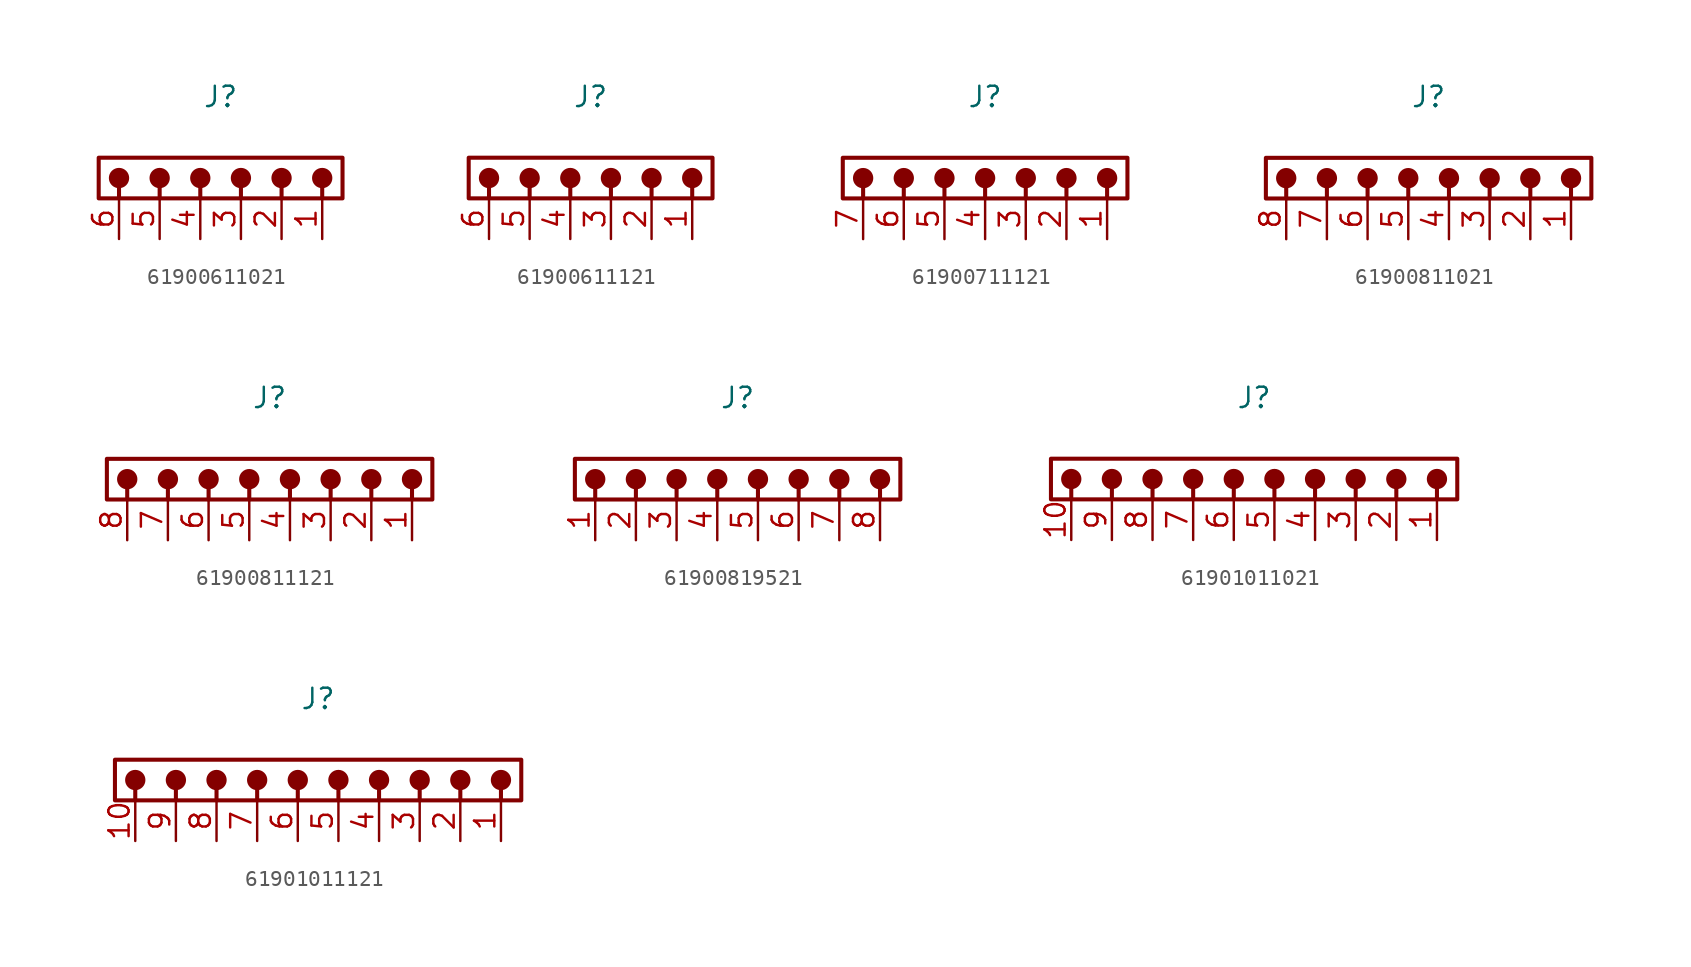
<source format=kicad_sym>
(kicad_symbol_lib
  (version 20241209)
  (generator "kicad_symbol_editor")
  (generator_version "9.0")
  (symbol "61900611021"
    (pin_names
      (hide yes))
    (property "Reference" "J"
      (at 0 5.08 0)
      (effects (font (size 1.27 1.27))))
    (symbol "61900611021_1_1"
      (rectangle (start -7.62 1.27) (end 7.62 -1.27) (stroke (width 0.254) (type solid)) (fill (type none)))
      (circle (center -6.35 0) (radius 0.508) (stroke (width 0.254) (type solid)) (fill (type outline)))
      (polyline (pts (xy -6.35 -0.508) (xy -6.35 -1.27)) (stroke (width 0.254) (type solid)) (fill (type none)))
      (circle (center -3.81 0) (radius 0.508) (stroke (width 0.254) (type solid)) (fill (type outline)))
      (polyline (pts (xy -3.81 -0.508) (xy -3.81 -1.27)) (stroke (width 0.254) (type solid)) (fill (type none)))
      (circle (center -1.27 0) (radius 0.508) (stroke (width 0.254) (type solid)) (fill (type outline)))
      (polyline (pts (xy -1.27 -0.508) (xy -1.27 -1.27)) (stroke (width 0.254) (type solid)) (fill (type none)))
      (circle (center 1.27 0) (radius 0.508) (stroke (width 0.254) (type solid)) (fill (type outline)))
      (polyline (pts (xy 1.27 -0.508) (xy 1.27 -1.27)) (stroke (width 0.254) (type solid)) (fill (type none)))
      (circle (center 3.81 0) (radius 0.508) (stroke (width 0.254) (type solid)) (fill (type outline)))
      (polyline (pts (xy 3.81 -0.508) (xy 3.81 -1.27)) (stroke (width 0.254) (type solid)) (fill (type none)))
      (circle (center 6.35 0) (radius 0.508) (stroke (width 0.254) (type solid)) (fill (type outline)))
      (polyline (pts (xy 6.35 -0.508) (xy 6.35 -1.27)) (stroke (width 0.254) (type solid)) (fill (type none)))
      (pin passive line (at -6.35 -3.81 90) (length 2.54) (name "6" (effects (font (size 1.27 1.27)))) (number "6" (effects (font (size 1.27 1.27)))))
      (pin passive line (at -3.81 -3.81 90) (length 2.54) (name "5" (effects (font (size 1.27 1.27)))) (number "5" (effects (font (size 1.27 1.27)))))
      (pin passive line (at -1.27 -3.81 90) (length 2.54) (name "4" (effects (font (size 1.27 1.27)))) (number "4" (effects (font (size 1.27 1.27)))))
      (pin passive line (at 1.27 -3.81 90) (length 2.54) (name "3" (effects (font (size 1.27 1.27)))) (number "3" (effects (font (size 1.27 1.27)))))
      (pin passive line (at 3.81 -3.81 90) (length 2.54) (name "2" (effects (font (size 1.27 1.27)))) (number "2" (effects (font (size 1.27 1.27)))))
      (pin passive line (at 6.35 -3.81 90) (length 2.54) (name "1" (effects (font (size 1.27 1.27)))) (number "1" (effects (font (size 1.27 1.27)))))))
  (symbol "61900611121"
    (pin_names
      (hide yes))
    (property "Reference" "J"
      (at 0 5.08 0)
      (effects (font (size 1.27 1.27))))
    (symbol "61900611121_1_1"
      (rectangle (start -7.62 1.27) (end 7.62 -1.27) (stroke (width 0.254) (type solid)) (fill (type none)))
      (circle (center -6.35 0) (radius 0.508) (stroke (width 0.254) (type solid)) (fill (type outline)))
      (polyline (pts (xy -6.35 -0.508) (xy -6.35 -1.27)) (stroke (width 0.254) (type solid)) (fill (type none)))
      (circle (center -3.81 0) (radius 0.508) (stroke (width 0.254) (type solid)) (fill (type outline)))
      (polyline (pts (xy -3.81 -0.508) (xy -3.81 -1.27)) (stroke (width 0.254) (type solid)) (fill (type none)))
      (circle (center -1.27 0) (radius 0.508) (stroke (width 0.254) (type solid)) (fill (type outline)))
      (polyline (pts (xy -1.27 -0.508) (xy -1.27 -1.27)) (stroke (width 0.254) (type solid)) (fill (type none)))
      (circle (center 1.27 0) (radius 0.508) (stroke (width 0.254) (type solid)) (fill (type outline)))
      (polyline (pts (xy 1.27 -0.508) (xy 1.27 -1.27)) (stroke (width 0.254) (type solid)) (fill (type none)))
      (circle (center 3.81 0) (radius 0.508) (stroke (width 0.254) (type solid)) (fill (type outline)))
      (polyline (pts (xy 3.81 -0.508) (xy 3.81 -1.27)) (stroke (width 0.254) (type solid)) (fill (type none)))
      (circle (center 6.35 0) (radius 0.508) (stroke (width 0.254) (type solid)) (fill (type outline)))
      (polyline (pts (xy 6.35 -0.508) (xy 6.35 -1.27)) (stroke (width 0.254) (type solid)) (fill (type none)))
      (pin passive line (at -6.35 -3.81 90) (length 2.54) (name "6" (effects (font (size 1.27 1.27)))) (number "6" (effects (font (size 1.27 1.27)))))
      (pin passive line (at -3.81 -3.81 90) (length 2.54) (name "5" (effects (font (size 1.27 1.27)))) (number "5" (effects (font (size 1.27 1.27)))))
      (pin passive line (at -1.27 -3.81 90) (length 2.54) (name "4" (effects (font (size 1.27 1.27)))) (number "4" (effects (font (size 1.27 1.27)))))
      (pin passive line (at 1.27 -3.81 90) (length 2.54) (name "3" (effects (font (size 1.27 1.27)))) (number "3" (effects (font (size 1.27 1.27)))))
      (pin passive line (at 3.81 -3.81 90) (length 2.54) (name "2" (effects (font (size 1.27 1.27)))) (number "2" (effects (font (size 1.27 1.27)))))
      (pin passive line (at 6.35 -3.81 90) (length 2.54) (name "1" (effects (font (size 1.27 1.27)))) (number "1" (effects (font (size 1.27 1.27)))))))
  (symbol "61900711121"
    (pin_names
      (hide yes))
    (property "Reference" "J"
      (at 0 5.08 0)
      (effects (font (size 1.27 1.27))))
    (symbol "61900711121_1_1"
      (rectangle (start -8.89 1.27) (end 8.89 -1.27) (stroke (width 0.254) (type solid)) (fill (type none)))
      (circle (center -7.62 0) (radius 0.508) (stroke (width 0.254) (type solid)) (fill (type outline)))
      (polyline (pts (xy -7.62 -0.508) (xy -7.62 -1.27)) (stroke (width 0.254) (type solid)) (fill (type none)))
      (circle (center -5.08 0) (radius 0.508) (stroke (width 0.254) (type solid)) (fill (type outline)))
      (polyline (pts (xy -5.08 -0.508) (xy -5.08 -1.27)) (stroke (width 0.254) (type solid)) (fill (type none)))
      (circle (center -2.54 0) (radius 0.508) (stroke (width 0.254) (type solid)) (fill (type outline)))
      (polyline (pts (xy -2.54 -0.508) (xy -2.54 -1.27)) (stroke (width 0.254) (type solid)) (fill (type none)))
      (circle (center 0 0) (radius 0.508) (stroke (width 0.254) (type solid)) (fill (type outline)))
      (polyline (pts (xy 0 -0.508) (xy 0 -1.27)) (stroke (width 0.254) (type solid)) (fill (type none)))
      (circle (center 2.54 0) (radius 0.508) (stroke (width 0.254) (type solid)) (fill (type outline)))
      (polyline (pts (xy 2.54 -0.508) (xy 2.54 -1.27)) (stroke (width 0.254) (type solid)) (fill (type none)))
      (circle (center 5.08 0) (radius 0.508) (stroke (width 0.254) (type solid)) (fill (type outline)))
      (polyline (pts (xy 5.08 -0.508) (xy 5.08 -1.27)) (stroke (width 0.254) (type solid)) (fill (type none)))
      (circle (center 7.62 0) (radius 0.508) (stroke (width 0.254) (type solid)) (fill (type outline)))
      (polyline (pts (xy 7.62 -0.508) (xy 7.62 -1.27)) (stroke (width 0.254) (type solid)) (fill (type none)))
      (pin passive line (at -7.62 -3.81 90) (length 2.54) (name "7" (effects (font (size 1.27 1.27)))) (number "7" (effects (font (size 1.27 1.27)))))
      (pin passive line (at -5.08 -3.81 90) (length 2.54) (name "6" (effects (font (size 1.27 1.27)))) (number "6" (effects (font (size 1.27 1.27)))))
      (pin passive line (at -2.54 -3.81 90) (length 2.54) (name "5" (effects (font (size 1.27 1.27)))) (number "5" (effects (font (size 1.27 1.27)))))
      (pin passive line (at 0 -3.81 90) (length 2.54) (name "4" (effects (font (size 1.27 1.27)))) (number "4" (effects (font (size 1.27 1.27)))))
      (pin passive line (at 2.54 -3.81 90) (length 2.54) (name "3" (effects (font (size 1.27 1.27)))) (number "3" (effects (font (size 1.27 1.27)))))
      (pin passive line (at 5.08 -3.81 90) (length 2.54) (name "2" (effects (font (size 1.27 1.27)))) (number "2" (effects (font (size 1.27 1.27)))))
      (pin passive line (at 7.62 -3.81 90) (length 2.54) (name "1" (effects (font (size 1.27 1.27)))) (number "1" (effects (font (size 1.27 1.27)))))))
  (symbol "61900811021"
    (pin_names
      (hide yes))
    (property "Reference" "J"
      (at 0 5.08 0)
      (effects (font (size 1.27 1.27))))
    (symbol "61900811021_1_1"
      (rectangle (start -10.16 1.27) (end 10.16 -1.27) (stroke (width 0.254) (type solid)) (fill (type none)))
      (circle (center -8.89 0) (radius 0.508) (stroke (width 0.254) (type solid)) (fill (type outline)))
      (polyline (pts (xy -8.89 -0.508) (xy -8.89 -1.27)) (stroke (width 0.254) (type solid)) (fill (type none)))
      (circle (center -6.35 0) (radius 0.508) (stroke (width 0.254) (type solid)) (fill (type outline)))
      (polyline (pts (xy -6.35 -0.508) (xy -6.35 -1.27)) (stroke (width 0.254) (type solid)) (fill (type none)))
      (circle (center -3.81 0) (radius 0.508) (stroke (width 0.254) (type solid)) (fill (type outline)))
      (polyline (pts (xy -3.81 -0.508) (xy -3.81 -1.27)) (stroke (width 0.254) (type solid)) (fill (type none)))
      (circle (center -1.27 0) (radius 0.508) (stroke (width 0.254) (type solid)) (fill (type outline)))
      (polyline (pts (xy -1.27 -0.508) (xy -1.27 -1.27)) (stroke (width 0.254) (type solid)) (fill (type none)))
      (circle (center 1.27 0) (radius 0.508) (stroke (width 0.254) (type solid)) (fill (type outline)))
      (polyline (pts (xy 1.27 -0.508) (xy 1.27 -1.27)) (stroke (width 0.254) (type solid)) (fill (type none)))
      (circle (center 3.81 0) (radius 0.508) (stroke (width 0.254) (type solid)) (fill (type outline)))
      (polyline (pts (xy 3.81 -0.508) (xy 3.81 -1.27)) (stroke (width 0.254) (type solid)) (fill (type none)))
      (circle (center 6.35 0) (radius 0.508) (stroke (width 0.254) (type solid)) (fill (type outline)))
      (polyline (pts (xy 6.35 -0.508) (xy 6.35 -1.27)) (stroke (width 0.254) (type solid)) (fill (type none)))
      (circle (center 8.89 0) (radius 0.508) (stroke (width 0.254) (type solid)) (fill (type outline)))
      (polyline (pts (xy 8.89 -0.508) (xy 8.89 -1.27)) (stroke (width 0.254) (type solid)) (fill (type none)))
      (pin passive line (at -8.89 -3.81 90) (length 2.54) (name "8" (effects (font (size 1.27 1.27)))) (number "8" (effects (font (size 1.27 1.27)))))
      (pin passive line (at -6.35 -3.81 90) (length 2.54) (name "7" (effects (font (size 1.27 1.27)))) (number "7" (effects (font (size 1.27 1.27)))))
      (pin passive line (at -3.81 -3.81 90) (length 2.54) (name "6" (effects (font (size 1.27 1.27)))) (number "6" (effects (font (size 1.27 1.27)))))
      (pin passive line (at -1.27 -3.81 90) (length 2.54) (name "5" (effects (font (size 1.27 1.27)))) (number "5" (effects (font (size 1.27 1.27)))))
      (pin passive line (at 1.27 -3.81 90) (length 2.54) (name "4" (effects (font (size 1.27 1.27)))) (number "4" (effects (font (size 1.27 1.27)))))
      (pin passive line (at 3.81 -3.81 90) (length 2.54) (name "3" (effects (font (size 1.27 1.27)))) (number "3" (effects (font (size 1.27 1.27)))))
      (pin passive line (at 6.35 -3.81 90) (length 2.54) (name "2" (effects (font (size 1.27 1.27)))) (number "2" (effects (font (size 1.27 1.27)))))
      (pin passive line (at 8.89 -3.81 90) (length 2.54) (name "1" (effects (font (size 1.27 1.27)))) (number "1" (effects (font (size 1.27 1.27)))))))
  (symbol "61900811121"
    (pin_names
      (hide yes))
    (property "Reference" "J"
      (at 0 5.08 0)
      (effects (font (size 1.27 1.27))))
    (symbol "61900811121_1_1"
      (rectangle (start -10.16 1.27) (end 10.16 -1.27) (stroke (width 0.254) (type solid)) (fill (type none)))
      (circle (center -8.89 0) (radius 0.508) (stroke (width 0.254) (type solid)) (fill (type outline)))
      (polyline (pts (xy -8.89 -0.508) (xy -8.89 -1.27)) (stroke (width 0.254) (type solid)) (fill (type none)))
      (circle (center -6.35 0) (radius 0.508) (stroke (width 0.254) (type solid)) (fill (type outline)))
      (polyline (pts (xy -6.35 -0.508) (xy -6.35 -1.27)) (stroke (width 0.254) (type solid)) (fill (type none)))
      (circle (center -3.81 0) (radius 0.508) (stroke (width 0.254) (type solid)) (fill (type outline)))
      (polyline (pts (xy -3.81 -0.508) (xy -3.81 -1.27)) (stroke (width 0.254) (type solid)) (fill (type none)))
      (circle (center -1.27 0) (radius 0.508) (stroke (width 0.254) (type solid)) (fill (type outline)))
      (polyline (pts (xy -1.27 -0.508) (xy -1.27 -1.27)) (stroke (width 0.254) (type solid)) (fill (type none)))
      (circle (center 1.27 0) (radius 0.508) (stroke (width 0.254) (type solid)) (fill (type outline)))
      (polyline (pts (xy 1.27 -0.508) (xy 1.27 -1.27)) (stroke (width 0.254) (type solid)) (fill (type none)))
      (circle (center 3.81 0) (radius 0.508) (stroke (width 0.254) (type solid)) (fill (type outline)))
      (polyline (pts (xy 3.81 -0.508) (xy 3.81 -1.27)) (stroke (width 0.254) (type solid)) (fill (type none)))
      (circle (center 6.35 0) (radius 0.508) (stroke (width 0.254) (type solid)) (fill (type outline)))
      (polyline (pts (xy 6.35 -0.508) (xy 6.35 -1.27)) (stroke (width 0.254) (type solid)) (fill (type none)))
      (circle (center 8.89 0) (radius 0.508) (stroke (width 0.254) (type solid)) (fill (type outline)))
      (polyline (pts (xy 8.89 -0.508) (xy 8.89 -1.27)) (stroke (width 0.254) (type solid)) (fill (type none)))
      (pin passive line (at -8.89 -3.81 90) (length 2.54) (name "8" (effects (font (size 1.27 1.27)))) (number "8" (effects (font (size 1.27 1.27)))))
      (pin passive line (at -6.35 -3.81 90) (length 2.54) (name "7" (effects (font (size 1.27 1.27)))) (number "7" (effects (font (size 1.27 1.27)))))
      (pin passive line (at -3.81 -3.81 90) (length 2.54) (name "6" (effects (font (size 1.27 1.27)))) (number "6" (effects (font (size 1.27 1.27)))))
      (pin passive line (at -1.27 -3.81 90) (length 2.54) (name "5" (effects (font (size 1.27 1.27)))) (number "5" (effects (font (size 1.27 1.27)))))
      (pin passive line (at 1.27 -3.81 90) (length 2.54) (name "4" (effects (font (size 1.27 1.27)))) (number "4" (effects (font (size 1.27 1.27)))))
      (pin passive line (at 3.81 -3.81 90) (length 2.54) (name "3" (effects (font (size 1.27 1.27)))) (number "3" (effects (font (size 1.27 1.27)))))
      (pin passive line (at 6.35 -3.81 90) (length 2.54) (name "2" (effects (font (size 1.27 1.27)))) (number "2" (effects (font (size 1.27 1.27)))))
      (pin passive line (at 8.89 -3.81 90) (length 2.54) (name "1" (effects (font (size 1.27 1.27)))) (number "1" (effects (font (size 1.27 1.27)))))))
  (symbol "61900819521"
    (pin_names
      (hide yes))
    (property "Reference" "J"
      (at 0 5.08 0)
      (effects (font (size 1.27 1.27))))
    (symbol "61900819521_1_1"
      (circle (center -8.89 0) (radius 0.508) (stroke (width 0.254) (type solid)) (fill (type outline)))
      (polyline (pts (xy -8.89 -0.508) (xy -8.89 -1.27)) (stroke (width 0.254) (type solid)) (fill (type none)))
      (circle (center -6.35 0) (radius 0.508) (stroke (width 0.254) (type solid)) (fill (type outline)))
      (polyline (pts (xy -6.35 -0.508) (xy -6.35 -1.27)) (stroke (width 0.254) (type solid)) (fill (type none)))
      (circle (center -3.81 0) (radius 0.508) (stroke (width 0.254) (type solid)) (fill (type outline)))
      (polyline (pts (xy -3.81 -0.508) (xy -3.81 -1.27)) (stroke (width 0.254) (type solid)) (fill (type none)))
      (circle (center -1.27 0) (radius 0.508) (stroke (width 0.254) (type solid)) (fill (type outline)))
      (polyline (pts (xy -1.27 -0.508) (xy -1.27 -1.27)) (stroke (width 0.254) (type solid)) (fill (type none)))
      (circle (center 1.27 0) (radius 0.508) (stroke (width 0.254) (type solid)) (fill (type outline)))
      (polyline (pts (xy 1.27 -0.508) (xy 1.27 -1.27)) (stroke (width 0.254) (type solid)) (fill (type none)))
      (circle (center 3.81 0) (radius 0.508) (stroke (width 0.254) (type solid)) (fill (type outline)))
      (polyline (pts (xy 3.81 -0.508) (xy 3.81 -1.27)) (stroke (width 0.254) (type solid)) (fill (type none)))
      (circle (center 6.35 0) (radius 0.508) (stroke (width 0.254) (type solid)) (fill (type outline)))
      (polyline (pts (xy 6.35 -0.508) (xy 6.35 -1.27)) (stroke (width 0.254) (type solid)) (fill (type none)))
      (circle (center 8.89 0) (radius 0.508) (stroke (width 0.254) (type solid)) (fill (type outline)))
      (polyline (pts (xy 8.89 -0.508) (xy 8.89 -1.27)) (stroke (width 0.254) (type solid)) (fill (type none)))
      (rectangle (start 10.16 1.27) (end -10.16 -1.27) (stroke (width 0.254) (type solid)) (fill (type none)))
      (pin passive line (at -8.89 -3.81 90) (length 2.54) (name "1" (effects (font (size 1.27 1.27)))) (number "1" (effects (font (size 1.27 1.27)))))
      (pin passive line (at -6.35 -3.81 90) (length 2.54) (name "2" (effects (font (size 1.27 1.27)))) (number "2" (effects (font (size 1.27 1.27)))))
      (pin passive line (at -3.81 -3.81 90) (length 2.54) (name "3" (effects (font (size 1.27 1.27)))) (number "3" (effects (font (size 1.27 1.27)))))
      (pin passive line (at -1.27 -3.81 90) (length 2.54) (name "4" (effects (font (size 1.27 1.27)))) (number "4" (effects (font (size 1.27 1.27)))))
      (pin passive line (at 1.27 -3.81 90) (length 2.54) (name "5" (effects (font (size 1.27 1.27)))) (number "5" (effects (font (size 1.27 1.27)))))
      (pin passive line (at 3.81 -3.81 90) (length 2.54) (name "6" (effects (font (size 1.27 1.27)))) (number "6" (effects (font (size 1.27 1.27)))))
      (pin passive line (at 6.35 -3.81 90) (length 2.54) (name "7" (effects (font (size 1.27 1.27)))) (number "7" (effects (font (size 1.27 1.27)))))
      (pin passive line (at 8.89 -3.81 90) (length 2.54) (name "8" (effects (font (size 1.27 1.27)))) (number "8" (effects (font (size 1.27 1.27)))))))
  (symbol "61901011021"
    (pin_names
      (hide yes))
    (property "Reference" "J"
      (at 0 5.08 0)
      (effects (font (size 1.27 1.27))))
    (symbol "61901011021_1_1"
      (rectangle (start -12.7 1.27) (end 12.7 -1.27) (stroke (width 0.254) (type solid)) (fill (type none)))
      (circle (center -11.43 0) (radius 0.508) (stroke (width 0.254) (type solid)) (fill (type outline)))
      (polyline (pts (xy -11.43 -0.508) (xy -11.43 -1.27)) (stroke (width 0.254) (type solid)) (fill (type none)))
      (circle (center -8.89 0) (radius 0.508) (stroke (width 0.254) (type solid)) (fill (type outline)))
      (polyline (pts (xy -8.89 -0.508) (xy -8.89 -1.27)) (stroke (width 0.254) (type solid)) (fill (type none)))
      (circle (center -6.35 0) (radius 0.508) (stroke (width 0.254) (type solid)) (fill (type outline)))
      (polyline (pts (xy -6.35 -0.508) (xy -6.35 -1.27)) (stroke (width 0.254) (type solid)) (fill (type none)))
      (circle (center -3.81 0) (radius 0.508) (stroke (width 0.254) (type solid)) (fill (type outline)))
      (polyline (pts (xy -3.81 -0.508) (xy -3.81 -1.27)) (stroke (width 0.254) (type solid)) (fill (type none)))
      (circle (center -1.27 0) (radius 0.508) (stroke (width 0.254) (type solid)) (fill (type outline)))
      (polyline (pts (xy -1.27 -0.508) (xy -1.27 -1.27)) (stroke (width 0.254) (type solid)) (fill (type none)))
      (circle (center 1.27 0) (radius 0.508) (stroke (width 0.254) (type solid)) (fill (type outline)))
      (polyline (pts (xy 1.27 -0.508) (xy 1.27 -1.27)) (stroke (width 0.254) (type solid)) (fill (type none)))
      (circle (center 3.81 0) (radius 0.508) (stroke (width 0.254) (type solid)) (fill (type outline)))
      (polyline (pts (xy 3.81 -0.508) (xy 3.81 -1.27)) (stroke (width 0.254) (type solid)) (fill (type none)))
      (circle (center 6.35 0) (radius 0.508) (stroke (width 0.254) (type solid)) (fill (type outline)))
      (polyline (pts (xy 6.35 -0.508) (xy 6.35 -1.27)) (stroke (width 0.254) (type solid)) (fill (type none)))
      (circle (center 8.89 0) (radius 0.508) (stroke (width 0.254) (type solid)) (fill (type outline)))
      (polyline (pts (xy 8.89 -0.508) (xy 8.89 -1.27)) (stroke (width 0.254) (type solid)) (fill (type none)))
      (circle (center 11.43 0) (radius 0.508) (stroke (width 0.254) (type solid)) (fill (type outline)))
      (polyline (pts (xy 11.43 -0.508) (xy 11.43 -1.27)) (stroke (width 0.254) (type solid)) (fill (type none)))
      (pin passive line (at -11.43 -3.81 90) (length 2.54) (name "10" (effects (font (size 1.27 1.27)))) (number "10" (effects (font (size 1.27 1.27)))))
      (pin passive line (at -8.89 -3.81 90) (length 2.54) (name "9" (effects (font (size 1.27 1.27)))) (number "9" (effects (font (size 1.27 1.27)))))
      (pin passive line (at -6.35 -3.81 90) (length 2.54) (name "8" (effects (font (size 1.27 1.27)))) (number "8" (effects (font (size 1.27 1.27)))))
      (pin passive line (at -3.81 -3.81 90) (length 2.54) (name "7" (effects (font (size 1.27 1.27)))) (number "7" (effects (font (size 1.27 1.27)))))
      (pin passive line (at -1.27 -3.81 90) (length 2.54) (name "6" (effects (font (size 1.27 1.27)))) (number "6" (effects (font (size 1.27 1.27)))))
      (pin passive line (at 1.27 -3.81 90) (length 2.54) (name "5" (effects (font (size 1.27 1.27)))) (number "5" (effects (font (size 1.27 1.27)))))
      (pin passive line (at 3.81 -3.81 90) (length 2.54) (name "4" (effects (font (size 1.27 1.27)))) (number "4" (effects (font (size 1.27 1.27)))))
      (pin passive line (at 6.35 -3.81 90) (length 2.54) (name "3" (effects (font (size 1.27 1.27)))) (number "3" (effects (font (size 1.27 1.27)))))
      (pin passive line (at 8.89 -3.81 90) (length 2.54) (name "2" (effects (font (size 1.27 1.27)))) (number "2" (effects (font (size 1.27 1.27)))))
      (pin passive line (at 11.43 -3.81 90) (length 2.54) (name "1" (effects (font (size 1.27 1.27)))) (number "1" (effects (font (size 1.27 1.27)))))))
  (symbol "61901011121"
    (pin_names
      (hide yes))
    (property "Reference" "J"
      (at 0 5.08 0)
      (effects (font (size 1.27 1.27))))
    (symbol "61901011121_1_1"
      (rectangle (start -12.7 1.27) (end 12.7 -1.27) (stroke (width 0.254) (type solid)) (fill (type none)))
      (circle (center -11.43 0) (radius 0.508) (stroke (width 0.254) (type solid)) (fill (type outline)))
      (polyline (pts (xy -11.43 -0.508) (xy -11.43 -1.27)) (stroke (width 0.254) (type solid)) (fill (type none)))
      (circle (center -8.89 0) (radius 0.508) (stroke (width 0.254) (type solid)) (fill (type outline)))
      (polyline (pts (xy -8.89 -0.508) (xy -8.89 -1.27)) (stroke (width 0.254) (type solid)) (fill (type none)))
      (circle (center -6.35 0) (radius 0.508) (stroke (width 0.254) (type solid)) (fill (type outline)))
      (polyline (pts (xy -6.35 -0.508) (xy -6.35 -1.27)) (stroke (width 0.254) (type solid)) (fill (type none)))
      (circle (center -3.81 0) (radius 0.508) (stroke (width 0.254) (type solid)) (fill (type outline)))
      (polyline (pts (xy -3.81 -0.508) (xy -3.81 -1.27)) (stroke (width 0.254) (type solid)) (fill (type none)))
      (circle (center -1.27 0) (radius 0.508) (stroke (width 0.254) (type solid)) (fill (type outline)))
      (polyline (pts (xy -1.27 -0.508) (xy -1.27 -1.27)) (stroke (width 0.254) (type solid)) (fill (type none)))
      (circle (center 1.27 0) (radius 0.508) (stroke (width 0.254) (type solid)) (fill (type outline)))
      (polyline (pts (xy 1.27 -0.508) (xy 1.27 -1.27)) (stroke (width 0.254) (type solid)) (fill (type none)))
      (circle (center 3.81 0) (radius 0.508) (stroke (width 0.254) (type solid)) (fill (type outline)))
      (polyline (pts (xy 3.81 -0.508) (xy 3.81 -1.27)) (stroke (width 0.254) (type solid)) (fill (type none)))
      (circle (center 6.35 0) (radius 0.508) (stroke (width 0.254) (type solid)) (fill (type outline)))
      (polyline (pts (xy 6.35 -0.508) (xy 6.35 -1.27)) (stroke (width 0.254) (type solid)) (fill (type none)))
      (circle (center 8.89 0) (radius 0.508) (stroke (width 0.254) (type solid)) (fill (type outline)))
      (polyline (pts (xy 8.89 -0.508) (xy 8.89 -1.27)) (stroke (width 0.254) (type solid)) (fill (type none)))
      (circle (center 11.43 0) (radius 0.508) (stroke (width 0.254) (type solid)) (fill (type outline)))
      (polyline (pts (xy 11.43 -0.508) (xy 11.43 -1.27)) (stroke (width 0.254) (type solid)) (fill (type none)))
      (pin passive line (at -11.43 -3.81 90) (length 2.54) (name "10" (effects (font (size 1.27 1.27)))) (number "10" (effects (font (size 1.27 1.27)))))
      (pin passive line (at -8.89 -3.81 90) (length 2.54) (name "9" (effects (font (size 1.27 1.27)))) (number "9" (effects (font (size 1.27 1.27)))))
      (pin passive line (at -6.35 -3.81 90) (length 2.54) (name "8" (effects (font (size 1.27 1.27)))) (number "8" (effects (font (size 1.27 1.27)))))
      (pin passive line (at -3.81 -3.81 90) (length 2.54) (name "7" (effects (font (size 1.27 1.27)))) (number "7" (effects (font (size 1.27 1.27)))))
      (pin passive line (at -1.27 -3.81 90) (length 2.54) (name "6" (effects (font (size 1.27 1.27)))) (number "6" (effects (font (size 1.27 1.27)))))
      (pin passive line (at 1.27 -3.81 90) (length 2.54) (name "5" (effects (font (size 1.27 1.27)))) (number "5" (effects (font (size 1.27 1.27)))))
      (pin passive line (at 3.81 -3.81 90) (length 2.54) (name "4" (effects (font (size 1.27 1.27)))) (number "4" (effects (font (size 1.27 1.27)))))
      (pin passive line (at 6.35 -3.81 90) (length 2.54) (name "3" (effects (font (size 1.27 1.27)))) (number "3" (effects (font (size 1.27 1.27)))))
      (pin passive line (at 8.89 -3.81 90) (length 2.54) (name "2" (effects (font (size 1.27 1.27)))) (number "2" (effects (font (size 1.27 1.27)))))
      (pin passive line (at 11.43 -3.81 90) (length 2.54) (name "1" (effects (font (size 1.27 1.27)))) (number "1" (effects (font (size 1.27 1.27))))))))
</source>
